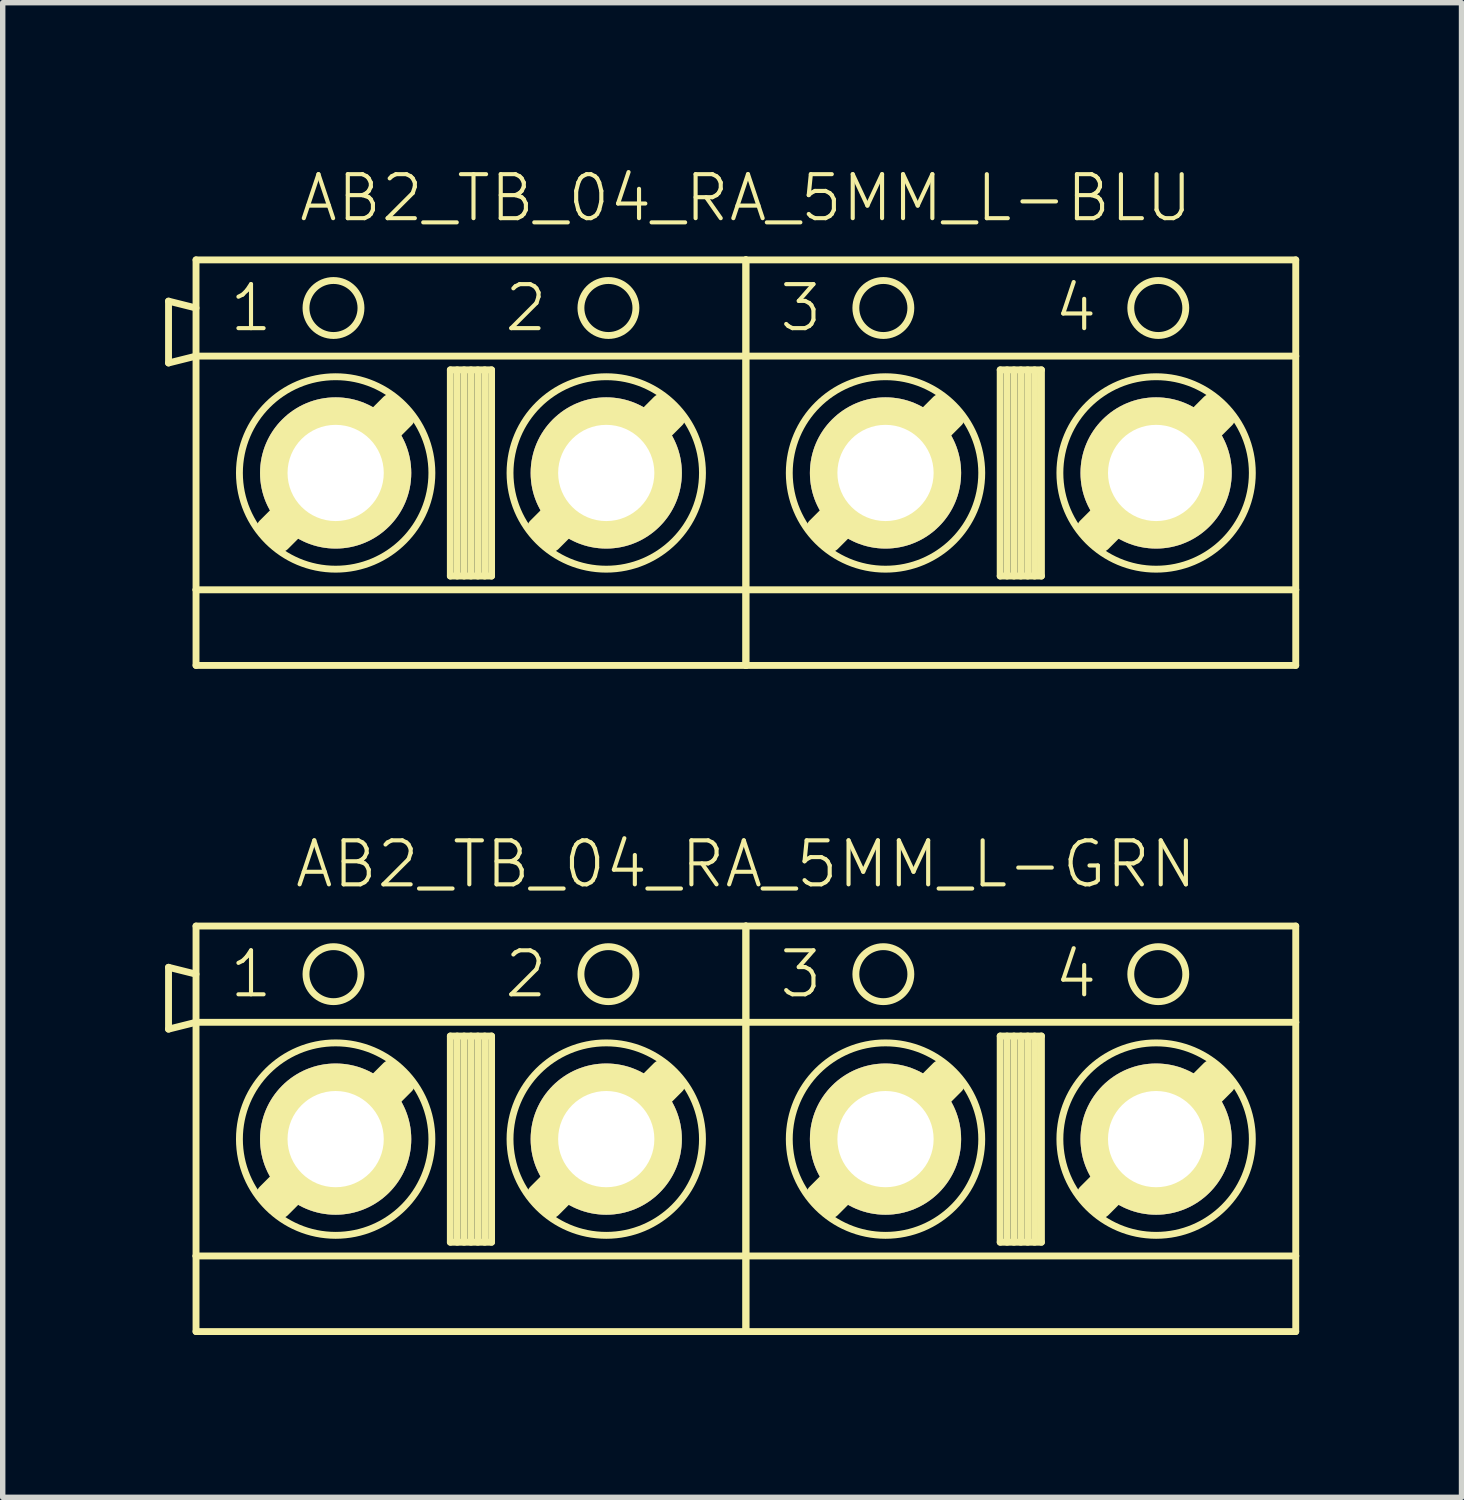
<source format=kicad_pcb>
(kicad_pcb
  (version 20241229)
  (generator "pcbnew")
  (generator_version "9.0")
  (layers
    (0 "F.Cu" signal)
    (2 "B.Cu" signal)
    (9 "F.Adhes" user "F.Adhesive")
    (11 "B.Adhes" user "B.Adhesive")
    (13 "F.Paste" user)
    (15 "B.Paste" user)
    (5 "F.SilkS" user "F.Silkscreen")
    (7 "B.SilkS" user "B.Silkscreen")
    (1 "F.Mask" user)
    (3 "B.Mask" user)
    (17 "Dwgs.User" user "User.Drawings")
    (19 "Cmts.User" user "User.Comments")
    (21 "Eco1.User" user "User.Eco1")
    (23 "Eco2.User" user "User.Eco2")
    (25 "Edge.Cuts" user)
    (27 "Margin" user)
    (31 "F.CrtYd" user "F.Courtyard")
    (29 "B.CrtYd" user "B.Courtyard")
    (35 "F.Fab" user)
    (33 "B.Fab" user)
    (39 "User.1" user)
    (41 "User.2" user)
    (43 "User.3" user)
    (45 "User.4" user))
  (footprint "AB2_TB_04_RA_5MM_L-GRN"
    (layer "F.Cu")
    (at 10.732 17.998)
    (property "Reference" "AB2_TB_04_RA_5MM_L-GRN" (at 0 -5.08 0) (layer "F.SilkS") (effects (font (size 0.813 0.813) (thickness 0.076))))
    (attr through_hole)
    (fp_line (start -10.668 -3.175) (end -10.16 -3.048) (stroke (width 0.127) (type solid)) (layer "F.SilkS"))
    (fp_line (start -10.668 -2.032) (end -10.668 -3.175) (stroke (width 0.127) (type solid)) (layer "F.SilkS"))
    (fp_line (start -10.16 -3.937) (end 0 -3.937) (stroke (width 0.127) (type solid)) (layer "F.SilkS"))
    (fp_line (start -10.16 -2.159) (end -10.668 -2.032) (stroke (width 0.127) (type solid)) (layer "F.SilkS"))
    (fp_line (start -10.16 -2.159) (end -10.16 -3.937) (stroke (width 0.127) (type solid)) (layer "F.SilkS"))
    (fp_line (start -10.16 -2.159) (end 0 -2.159) (stroke (width 0.127) (type solid)) (layer "F.SilkS"))
    (fp_line (start -10.16 2.159) (end -10.16 -2.159) (stroke (width 0.127) (type solid)) (layer "F.SilkS"))
    (fp_line (start -10.16 2.159) (end -10.16 3.556) (stroke (width 0.127) (type solid)) (layer "F.SilkS"))
    (fp_line (start -10.16 3.556) (end 0 3.556) (stroke (width 0.127) (type solid)) (layer "F.SilkS"))
    (fp_line (start -8.85 1.016) (end -6.564 -1.27) (stroke (width 0.381) (type solid)) (layer "F.SilkS"))
    (fp_line (start -8.723 1.143) (end -6.437 -1.143) (stroke (width 0.381) (type solid)) (layer "F.SilkS"))
    (fp_line (start -6.31 -1.016) (end -8.596 1.27) (stroke (width 0.381) (type solid)) (layer "F.SilkS"))
    (fp_line (start -5.461 -1.905) (end -4.699 -1.905) (stroke (width 0.127) (type solid)) (layer "F.SilkS"))
    (fp_line (start -5.461 1.905) (end -5.461 -1.905) (stroke (width 0.127) (type solid)) (layer "F.SilkS"))
    (fp_line (start -5.334 -1.905) (end -5.334 1.905) (stroke (width 0.127) (type solid)) (layer "F.SilkS"))
    (fp_line (start -5.207 -1.905) (end -5.207 1.905) (stroke (width 0.127) (type solid)) (layer "F.SilkS"))
    (fp_line (start -5.08 -1.905) (end -5.08 1.905) (stroke (width 0.127) (type solid)) (layer "F.SilkS"))
    (fp_line (start -4.953 -1.905) (end -4.953 1.905) (stroke (width 0.127) (type solid)) (layer "F.SilkS"))
    (fp_line (start -4.826 -1.905) (end -4.826 1.905) (stroke (width 0.127) (type solid)) (layer "F.SilkS"))
    (fp_line (start -4.699 -1.905) (end -4.699 1.905) (stroke (width 0.127) (type solid)) (layer "F.SilkS"))
    (fp_line (start -4.699 1.905) (end -5.461 1.905) (stroke (width 0.127) (type solid)) (layer "F.SilkS"))
    (fp_line (start -3.85 1.016) (end -1.564 -1.27) (stroke (width 0.381) (type solid)) (layer "F.SilkS"))
    (fp_line (start -3.723 1.143) (end -1.437 -1.143) (stroke (width 0.381) (type solid)) (layer "F.SilkS"))
    (fp_line (start -1.31 -1.016) (end -3.596 1.27) (stroke (width 0.381) (type solid)) (layer "F.SilkS"))
    (fp_line (start 0 -3.937) (end 0 -2.159) (stroke (width 0.127) (type solid)) (layer "F.SilkS"))
    (fp_line (start 0 -3.937) (end 10.16 -3.937) (stroke (width 0.127) (type solid)) (layer "F.SilkS"))
    (fp_line (start 0 -2.159) (end 0 -3.937) (stroke (width 0.127) (type solid)) (layer "F.SilkS"))
    (fp_line (start 0 -2.159) (end 0 2.159) (stroke (width 0.127) (type solid)) (layer "F.SilkS"))
    (fp_line (start 0 -2.159) (end 10.16 -2.159) (stroke (width 0.127) (type solid)) (layer "F.SilkS"))
    (fp_line (start 0 2.159) (end -10.16 2.159) (stroke (width 0.127) (type solid)) (layer "F.SilkS"))
    (fp_line (start 0 2.159) (end 0 -2.159) (stroke (width 0.127) (type solid)) (layer "F.SilkS"))
    (fp_line (start 0 2.159) (end 0 3.556) (stroke (width 0.127) (type solid)) (layer "F.SilkS"))
    (fp_line (start 0 3.556) (end 0 2.159) (stroke (width 0.127) (type solid)) (layer "F.SilkS"))
    (fp_line (start 0 3.556) (end 10.16 3.556) (stroke (width 0.127) (type solid)) (layer "F.SilkS"))
    (fp_line (start 1.31 1.016) (end 3.596 -1.27) (stroke (width 0.381) (type solid)) (layer "F.SilkS"))
    (fp_line (start 1.437 1.143) (end 3.723 -1.143) (stroke (width 0.381) (type solid)) (layer "F.SilkS"))
    (fp_line (start 3.85 -1.016) (end 1.564 1.27) (stroke (width 0.381) (type solid)) (layer "F.SilkS"))
    (fp_line (start 4.699 -1.905) (end 5.461 -1.905) (stroke (width 0.127) (type solid)) (layer "F.SilkS"))
    (fp_line (start 4.699 1.905) (end 4.699 -1.905) (stroke (width 0.127) (type solid)) (layer "F.SilkS"))
    (fp_line (start 4.826 -1.905) (end 4.826 1.905) (stroke (width 0.127) (type solid)) (layer "F.SilkS"))
    (fp_line (start 4.953 -1.905) (end 4.953 1.905) (stroke (width 0.127) (type solid)) (layer "F.SilkS"))
    (fp_line (start 5.08 -1.905) (end 5.08 1.905) (stroke (width 0.127) (type solid)) (layer "F.SilkS"))
    (fp_line (start 5.207 -1.905) (end 5.207 1.905) (stroke (width 0.127) (type solid)) (layer "F.SilkS"))
    (fp_line (start 5.334 -1.905) (end 5.334 1.905) (stroke (width 0.127) (type solid)) (layer "F.SilkS"))
    (fp_line (start 5.461 -1.905) (end 5.461 1.905) (stroke (width 0.127) (type solid)) (layer "F.SilkS"))
    (fp_line (start 5.461 1.905) (end 4.699 1.905) (stroke (width 0.127) (type solid)) (layer "F.SilkS"))
    (fp_line (start 6.31 1.016) (end 8.596 -1.27) (stroke (width 0.381) (type solid)) (layer "F.SilkS"))
    (fp_line (start 6.437 1.143) (end 8.723 -1.143) (stroke (width 0.381) (type solid)) (layer "F.SilkS"))
    (fp_line (start 8.85 -1.016) (end 6.564 1.27) (stroke (width 0.381) (type solid)) (layer "F.SilkS"))
    (fp_line (start 10.16 -3.937) (end 10.16 -2.159) (stroke (width 0.127) (type solid)) (layer "F.SilkS"))
    (fp_line (start 10.16 -2.159) (end 10.16 2.159) (stroke (width 0.127) (type solid)) (layer "F.SilkS"))
    (fp_line (start 10.16 2.159) (end 0 2.159) (stroke (width 0.127) (type solid)) (layer "F.SilkS"))
    (fp_line (start 10.16 3.556) (end 10.16 2.159) (stroke (width 0.127) (type solid)) (layer "F.SilkS"))
    (fp_circle (center -7.62 -3.048) (end -7.62 -3.556) (stroke (width 0.127) (type solid)) (fill no) (layer "F.SilkS"))
    (fp_circle (center -7.58 0) (end -7.58 -1.778) (stroke (width 0.127) (type solid)) (fill no) (layer "F.SilkS"))
    (fp_circle (center -2.58 0) (end -2.58 -1.778) (stroke (width 0.127) (type solid)) (fill no) (layer "F.SilkS"))
    (fp_circle (center -2.54 -3.048) (end -2.54 -3.556) (stroke (width 0.127) (type solid)) (fill no) (layer "F.SilkS"))
    (fp_circle (center 2.54 -3.048) (end 2.54 -3.556) (stroke (width 0.127) (type solid)) (fill no) (layer "F.SilkS"))
    (fp_circle (center 2.58 0) (end 2.58 -1.778) (stroke (width 0.127) (type solid)) (fill no) (layer "F.SilkS"))
    (fp_circle (center 7.58 0) (end 7.58 -1.778) (stroke (width 0.127) (type solid)) (fill no) (layer "F.SilkS"))
    (fp_circle (center 7.62 -3.048) (end 7.62 -3.556) (stroke (width 0.127) (type solid)) (fill no) (layer "F.SilkS"))
    (fp_text user "2" (at -4.064 -3.048 0) (layer "F.SilkS") (effects (font (size 0.813 0.813) (thickness 0.076))))
    (fp_text user "1" (at -9.144 -3.048 0) (layer "F.SilkS") (effects (font (size 0.813 0.813) (thickness 0.076))))
    (fp_text user "3" (at 1.016 -3.048 0) (layer "F.SilkS") (effects (font (size 0.813 0.813) (thickness 0.076))))
    (fp_text user "4" (at 6.096 -3.048 0) (layer "F.SilkS") (effects (font (size 0.813 0.813) (thickness 0.076))))
    (pad "1" thru_hole circle (at -7.58 0) (size 2.794 2.794) (drill 1.778) (layers "*.Cu" "*.Mask" "F.SilkS"))
    (pad "2" thru_hole circle (at -2.58 0) (size 2.794 2.794) (drill 1.778) (layers "*.Cu" "*.Mask" "F.SilkS"))
    (pad "3" thru_hole circle (at 2.58 0) (size 2.794 2.794) (drill 1.778) (layers "*.Cu" "*.Mask" "F.SilkS"))
    (pad "4" thru_hole circle (at 7.58 0) (size 2.794 2.794) (drill 1.778) (layers "*.Cu" "*.Mask" "F.SilkS")))
  (footprint "AB2_TB_04_RA_5MM_L-BLU"
    (layer "F.Cu")
    (at 10.732 5.689)
    (property "Reference" "AB2_TB_04_RA_5MM_L-BLU" (at 0 -5.08 0) (layer "F.SilkS") (effects (font (size 0.813 0.813) (thickness 0.076))))
    (attr through_hole)
    (fp_line (start -10.668 -3.175) (end -10.16 -3.048) (stroke (width 0.127) (type solid)) (layer "F.SilkS"))
    (fp_line (start -10.668 -2.032) (end -10.668 -3.175) (stroke (width 0.127) (type solid)) (layer "F.SilkS"))
    (fp_line (start -10.16 -3.937) (end 0 -3.937) (stroke (width 0.127) (type solid)) (layer "F.SilkS"))
    (fp_line (start -10.16 -2.159) (end -10.668 -2.032) (stroke (width 0.127) (type solid)) (layer "F.SilkS"))
    (fp_line (start -10.16 -2.159) (end -10.16 -3.937) (stroke (width 0.127) (type solid)) (layer "F.SilkS"))
    (fp_line (start -10.16 -2.159) (end 0 -2.159) (stroke (width 0.127) (type solid)) (layer "F.SilkS"))
    (fp_line (start -10.16 2.159) (end -10.16 -2.159) (stroke (width 0.127) (type solid)) (layer "F.SilkS"))
    (fp_line (start -10.16 2.159) (end -10.16 3.556) (stroke (width 0.127) (type solid)) (layer "F.SilkS"))
    (fp_line (start -10.16 3.556) (end 0 3.556) (stroke (width 0.127) (type solid)) (layer "F.SilkS"))
    (fp_line (start -8.85 1.016) (end -6.564 -1.27) (stroke (width 0.381) (type solid)) (layer "F.SilkS"))
    (fp_line (start -8.723 1.143) (end -6.437 -1.143) (stroke (width 0.381) (type solid)) (layer "F.SilkS"))
    (fp_line (start -6.31 -1.016) (end -8.596 1.27) (stroke (width 0.381) (type solid)) (layer "F.SilkS"))
    (fp_line (start -5.461 -1.905) (end -4.699 -1.905) (stroke (width 0.127) (type solid)) (layer "F.SilkS"))
    (fp_line (start -5.461 1.905) (end -5.461 -1.905) (stroke (width 0.127) (type solid)) (layer "F.SilkS"))
    (fp_line (start -5.334 -1.905) (end -5.334 1.905) (stroke (width 0.127) (type solid)) (layer "F.SilkS"))
    (fp_line (start -5.207 -1.905) (end -5.207 1.905) (stroke (width 0.127) (type solid)) (layer "F.SilkS"))
    (fp_line (start -5.08 -1.905) (end -5.08 1.905) (stroke (width 0.127) (type solid)) (layer "F.SilkS"))
    (fp_line (start -4.953 -1.905) (end -4.953 1.905) (stroke (width 0.127) (type solid)) (layer "F.SilkS"))
    (fp_line (start -4.826 -1.905) (end -4.826 1.905) (stroke (width 0.127) (type solid)) (layer "F.SilkS"))
    (fp_line (start -4.699 -1.905) (end -4.699 1.905) (stroke (width 0.127) (type solid)) (layer "F.SilkS"))
    (fp_line (start -4.699 1.905) (end -5.461 1.905) (stroke (width 0.127) (type solid)) (layer "F.SilkS"))
    (fp_line (start -3.85 1.016) (end -1.564 -1.27) (stroke (width 0.381) (type solid)) (layer "F.SilkS"))
    (fp_line (start -3.723 1.143) (end -1.437 -1.143) (stroke (width 0.381) (type solid)) (layer "F.SilkS"))
    (fp_line (start -1.31 -1.016) (end -3.596 1.27) (stroke (width 0.381) (type solid)) (layer "F.SilkS"))
    (fp_line (start 0 -3.937) (end 0 -2.159) (stroke (width 0.127) (type solid)) (layer "F.SilkS"))
    (fp_line (start 0 -3.937) (end 10.16 -3.937) (stroke (width 0.127) (type solid)) (layer "F.SilkS"))
    (fp_line (start 0 -2.159) (end 0 -3.937) (stroke (width 0.127) (type solid)) (layer "F.SilkS"))
    (fp_line (start 0 -2.159) (end 0 2.159) (stroke (width 0.127) (type solid)) (layer "F.SilkS"))
    (fp_line (start 0 -2.159) (end 10.16 -2.159) (stroke (width 0.127) (type solid)) (layer "F.SilkS"))
    (fp_line (start 0 2.159) (end -10.16 2.159) (stroke (width 0.127) (type solid)) (layer "F.SilkS"))
    (fp_line (start 0 2.159) (end 0 -2.159) (stroke (width 0.127) (type solid)) (layer "F.SilkS"))
    (fp_line (start 0 2.159) (end 0 3.556) (stroke (width 0.127) (type solid)) (layer "F.SilkS"))
    (fp_line (start 0 3.556) (end 0 2.159) (stroke (width 0.127) (type solid)) (layer "F.SilkS"))
    (fp_line (start 0 3.556) (end 10.16 3.556) (stroke (width 0.127) (type solid)) (layer "F.SilkS"))
    (fp_line (start 1.31 1.016) (end 3.596 -1.27) (stroke (width 0.381) (type solid)) (layer "F.SilkS"))
    (fp_line (start 1.437 1.143) (end 3.723 -1.143) (stroke (width 0.381) (type solid)) (layer "F.SilkS"))
    (fp_line (start 3.85 -1.016) (end 1.564 1.27) (stroke (width 0.381) (type solid)) (layer "F.SilkS"))
    (fp_line (start 4.699 -1.905) (end 5.461 -1.905) (stroke (width 0.127) (type solid)) (layer "F.SilkS"))
    (fp_line (start 4.699 1.905) (end 4.699 -1.905) (stroke (width 0.127) (type solid)) (layer "F.SilkS"))
    (fp_line (start 4.826 -1.905) (end 4.826 1.905) (stroke (width 0.127) (type solid)) (layer "F.SilkS"))
    (fp_line (start 4.953 -1.905) (end 4.953 1.905) (stroke (width 0.127) (type solid)) (layer "F.SilkS"))
    (fp_line (start 5.08 -1.905) (end 5.08 1.905) (stroke (width 0.127) (type solid)) (layer "F.SilkS"))
    (fp_line (start 5.207 -1.905) (end 5.207 1.905) (stroke (width 0.127) (type solid)) (layer "F.SilkS"))
    (fp_line (start 5.334 -1.905) (end 5.334 1.905) (stroke (width 0.127) (type solid)) (layer "F.SilkS"))
    (fp_line (start 5.461 -1.905) (end 5.461 1.905) (stroke (width 0.127) (type solid)) (layer "F.SilkS"))
    (fp_line (start 5.461 1.905) (end 4.699 1.905) (stroke (width 0.127) (type solid)) (layer "F.SilkS"))
    (fp_line (start 6.31 1.016) (end 8.596 -1.27) (stroke (width 0.381) (type solid)) (layer "F.SilkS"))
    (fp_line (start 6.437 1.143) (end 8.723 -1.143) (stroke (width 0.381) (type solid)) (layer "F.SilkS"))
    (fp_line (start 8.85 -1.016) (end 6.564 1.27) (stroke (width 0.381) (type solid)) (layer "F.SilkS"))
    (fp_line (start 10.16 -3.937) (end 10.16 -2.159) (stroke (width 0.127) (type solid)) (layer "F.SilkS"))
    (fp_line (start 10.16 -2.159) (end 10.16 2.159) (stroke (width 0.127) (type solid)) (layer "F.SilkS"))
    (fp_line (start 10.16 2.159) (end 0 2.159) (stroke (width 0.127) (type solid)) (layer "F.SilkS"))
    (fp_line (start 10.16 3.556) (end 10.16 2.159) (stroke (width 0.127) (type solid)) (layer "F.SilkS"))
    (fp_circle (center -7.62 -3.048) (end -7.62 -3.556) (stroke (width 0.127) (type solid)) (fill no) (layer "F.SilkS"))
    (fp_circle (center -7.58 0) (end -7.58 -1.778) (stroke (width 0.127) (type solid)) (fill no) (layer "F.SilkS"))
    (fp_circle (center -2.58 0) (end -2.58 -1.778) (stroke (width 0.127) (type solid)) (fill no) (layer "F.SilkS"))
    (fp_circle (center -2.54 -3.048) (end -2.54 -3.556) (stroke (width 0.127) (type solid)) (fill no) (layer "F.SilkS"))
    (fp_circle (center 2.54 -3.048) (end 2.54 -3.556) (stroke (width 0.127) (type solid)) (fill no) (layer "F.SilkS"))
    (fp_circle (center 2.58 0) (end 2.58 -1.778) (stroke (width 0.127) (type solid)) (fill no) (layer "F.SilkS"))
    (fp_circle (center 7.58 0) (end 7.58 -1.778) (stroke (width 0.127) (type solid)) (fill no) (layer "F.SilkS"))
    (fp_circle (center 7.62 -3.048) (end 7.62 -3.556) (stroke (width 0.127) (type solid)) (fill no) (layer "F.SilkS"))
    (fp_text user "1" (at -9.144 -3.048 0) (layer "F.SilkS") (effects (font (size 0.813 0.813) (thickness 0.076))))
    (fp_text user "3" (at 1.016 -3.048 0) (layer "F.SilkS") (effects (font (size 0.813 0.813) (thickness 0.076))))
    (fp_text user "2" (at -4.064 -3.048 0) (layer "F.SilkS") (effects (font (size 0.813 0.813) (thickness 0.076))))
    (fp_text user "4" (at 6.096 -3.048 0) (layer "F.SilkS") (effects (font (size 0.813 0.813) (thickness 0.076))))
    (pad "1" thru_hole circle (at -7.58 0) (size 2.794 2.794) (drill 1.778) (layers "*.Cu" "*.Mask" "F.SilkS"))
    (pad "2" thru_hole circle (at -2.58 0) (size 2.794 2.794) (drill 1.778) (layers "*.Cu" "*.Mask" "F.SilkS"))
    (pad "3" thru_hole circle (at 2.58 0) (size 2.794 2.794) (drill 1.778) (layers "*.Cu" "*.Mask" "F.SilkS"))
    (pad "4" thru_hole circle (at 7.58 0) (size 2.794 2.794) (drill 1.778) (layers "*.Cu" "*.Mask" "F.SilkS")))
  (gr_rect
    (start -3 -3)
    (end 23.955 24.617)
    (stroke (width 0.1) (type default))
    (fill no)
    (layer "Edge.Cuts")))
</source>
